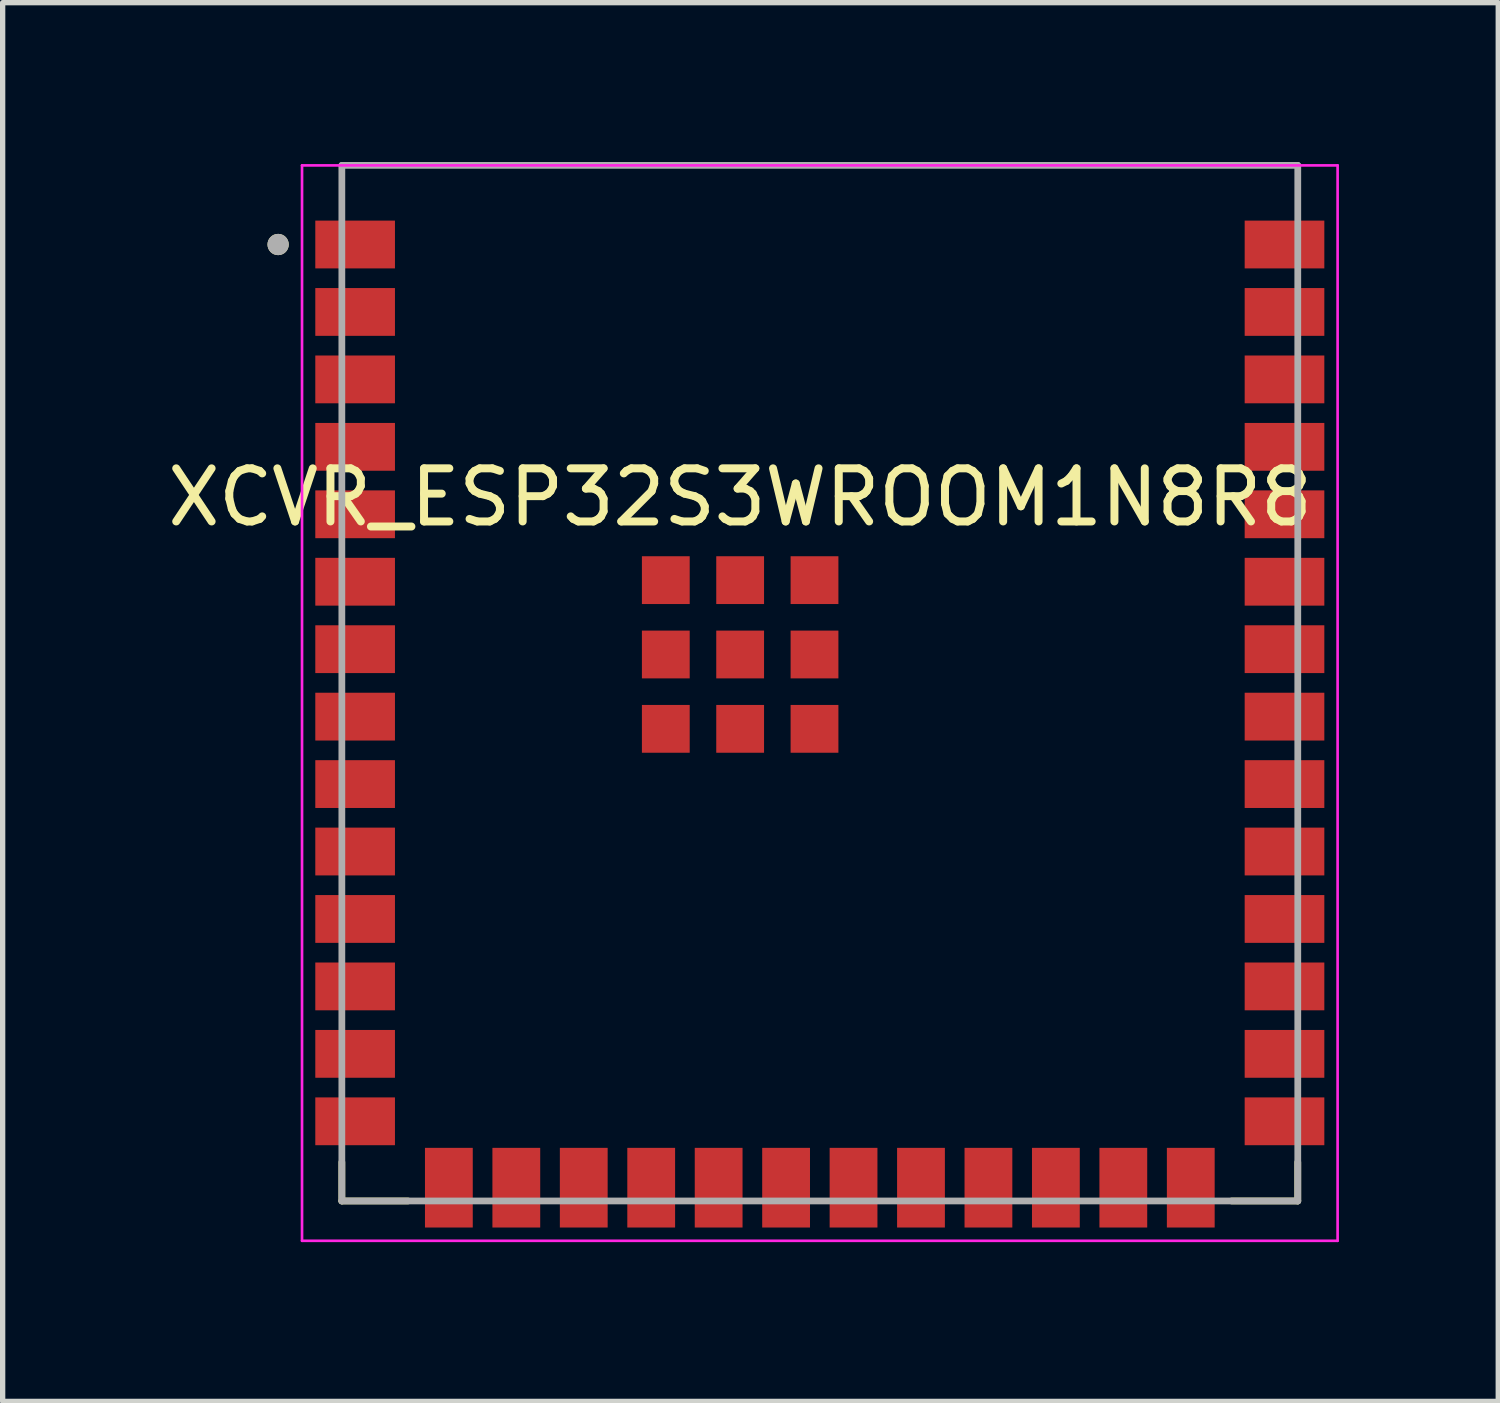
<source format=kicad_pcb>
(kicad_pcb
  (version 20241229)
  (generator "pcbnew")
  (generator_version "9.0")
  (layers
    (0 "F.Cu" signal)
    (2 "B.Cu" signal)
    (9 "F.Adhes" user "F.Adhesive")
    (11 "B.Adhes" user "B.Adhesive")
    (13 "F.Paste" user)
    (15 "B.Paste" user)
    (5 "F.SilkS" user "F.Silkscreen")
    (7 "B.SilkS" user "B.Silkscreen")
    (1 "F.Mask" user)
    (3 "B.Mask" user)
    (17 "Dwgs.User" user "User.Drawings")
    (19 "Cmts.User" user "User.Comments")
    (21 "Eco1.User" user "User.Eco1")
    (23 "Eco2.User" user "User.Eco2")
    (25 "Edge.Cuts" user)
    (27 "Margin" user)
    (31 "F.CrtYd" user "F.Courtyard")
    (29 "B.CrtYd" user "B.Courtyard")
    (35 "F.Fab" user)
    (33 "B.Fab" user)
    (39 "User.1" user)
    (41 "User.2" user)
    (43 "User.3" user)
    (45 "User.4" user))
  (footprint "XCVR_ESP32S3WROOM1N8R8"
    (layer "F.Cu")
    (at 12.387 6.814)
    (property "Reference" "XCVR_ESP32S3WROOM1N8R8" (at -1.5 -0.5 0) (layer "F.SilkS") (effects (font (size 1 1) (thickness 0.15))))
    (attr smd)
    (fp_line (start -9 12.02) (end -9 12.75) (stroke (width 0.127) (type solid)) (layer "F.SilkS"))
    (fp_line (start -9 12.75) (end -7.755 12.75) (stroke (width 0.127) (type solid)) (layer "F.SilkS"))
    (fp_line (start 9 12.02) (end 9 12.75) (stroke (width 0.127) (type solid)) (layer "F.SilkS"))
    (fp_line (start 9 12.75) (end 7.755 12.75) (stroke (width 0.127) (type solid)) (layer "F.SilkS"))
    (fp_circle (center -10.2 -5.26) (end -10.1 -5.26) (stroke (width 0.2) (type solid)) (fill no) (layer "F.SilkS"))
    (fp_line (start -9.75 -6.75) (end 9.75 -6.75) (stroke (width 0.05) (type solid)) (layer "F.CrtYd"))
    (fp_line (start -9.75 13.5) (end -9.75 -6.75) (stroke (width 0.05) (type solid)) (layer "F.CrtYd"))
    (fp_line (start -9.75 13.5) (end 9.75 13.5) (stroke (width 0.05) (type solid)) (layer "F.CrtYd"))
    (fp_line (start 9.75 -6.75) (end 9.75 13.5) (stroke (width 0.05) (type solid)) (layer "F.CrtYd"))
    (fp_line (start -9 -6.75) (end 9 -6.75) (stroke (width 0.127) (type solid)) (layer "F.Fab"))
    (fp_line (start -9 12.75) (end -9 -6.75) (stroke (width 0.127) (type solid)) (layer "F.Fab"))
    (fp_line (start 9 -6.75) (end 9 12.75) (stroke (width 0.127) (type solid)) (layer "F.Fab"))
    (fp_line (start 9 12.75) (end -9 12.75) (stroke (width 0.127) (type solid)) (layer "F.Fab"))
    (fp_circle (center -10.2 -5.26) (end -10.1 -5.26) (stroke (width 0.2) (type solid)) (fill no) (layer "F.Fab"))
    (pad "1" smd rect (at -8.75 -5.26) (size 1.5 0.9) (layers "F.Cu" "F.Mask" "F.Paste"))
    (pad "2" smd rect (at -8.75 -3.99) (size 1.5 0.9) (layers "F.Cu" "F.Mask" "F.Paste"))
    (pad "3" smd rect (at -8.75 -2.72) (size 1.5 0.9) (layers "F.Cu" "F.Mask" "F.Paste"))
    (pad "4" smd rect (at -8.75 -1.45) (size 1.5 0.9) (layers "F.Cu" "F.Mask" "F.Paste"))
    (pad "5" smd rect (at -8.75 -0.18) (size 1.5 0.9) (layers "F.Cu" "F.Mask" "F.Paste"))
    (pad "6" smd rect (at -8.75 1.09) (size 1.5 0.9) (layers "F.Cu" "F.Mask" "F.Paste"))
    (pad "7" smd rect (at -8.75 2.36) (size 1.5 0.9) (layers "F.Cu" "F.Mask" "F.Paste"))
    (pad "8" smd rect (at -8.75 3.63) (size 1.5 0.9) (layers "F.Cu" "F.Mask" "F.Paste"))
    (pad "9" smd rect (at -8.75 4.9) (size 1.5 0.9) (layers "F.Cu" "F.Mask" "F.Paste"))
    (pad "10" smd rect (at -8.75 6.17) (size 1.5 0.9) (layers "F.Cu" "F.Mask" "F.Paste"))
    (pad "11" smd rect (at -8.75 7.44) (size 1.5 0.9) (layers "F.Cu" "F.Mask" "F.Paste"))
    (pad "12" smd rect (at -8.75 8.71) (size 1.5 0.9) (layers "F.Cu" "F.Mask" "F.Paste"))
    (pad "13" smd rect (at -8.75 9.98) (size 1.5 0.9) (layers "F.Cu" "F.Mask" "F.Paste"))
    (pad "14" smd rect (at -8.75 11.25) (size 1.5 0.9) (layers "F.Cu" "F.Mask" "F.Paste"))
    (pad "15" smd rect (at -6.985 12.5) (size 0.9 1.5) (layers "F.Cu" "F.Mask" "F.Paste"))
    (pad "16" smd rect (at -5.715 12.5) (size 0.9 1.5) (layers "F.Cu" "F.Mask" "F.Paste"))
    (pad "17" smd rect (at -4.445 12.5) (size 0.9 1.5) (layers "F.Cu" "F.Mask" "F.Paste"))
    (pad "18" smd rect (at -3.175 12.5) (size 0.9 1.5) (layers "F.Cu" "F.Mask" "F.Paste"))
    (pad "19" smd rect (at -1.905 12.5) (size 0.9 1.5) (layers "F.Cu" "F.Mask" "F.Paste"))
    (pad "20" smd rect (at -0.635 12.5) (size 0.9 1.5) (layers "F.Cu" "F.Mask" "F.Paste"))
    (pad "21" smd rect (at 0.635 12.5) (size 0.9 1.5) (layers "F.Cu" "F.Mask" "F.Paste"))
    (pad "22" smd rect (at 1.905 12.5) (size 0.9 1.5) (layers "F.Cu" "F.Mask" "F.Paste"))
    (pad "23" smd rect (at 3.175 12.5) (size 0.9 1.5) (layers "F.Cu" "F.Mask" "F.Paste"))
    (pad "24" smd rect (at 4.445 12.5) (size 0.9 1.5) (layers "F.Cu" "F.Mask" "F.Paste"))
    (pad "25" smd rect (at 5.715 12.5) (size 0.9 1.5) (layers "F.Cu" "F.Mask" "F.Paste"))
    (pad "26" smd rect (at 6.985 12.5) (size 0.9 1.5) (layers "F.Cu" "F.Mask" "F.Paste"))
    (pad "27" smd rect (at 8.75 11.25) (size 1.5 0.9) (layers "F.Cu" "F.Mask" "F.Paste"))
    (pad "28" smd rect (at 8.75 9.98) (size 1.5 0.9) (layers "F.Cu" "F.Mask" "F.Paste"))
    (pad "29" smd rect (at 8.75 8.71) (size 1.5 0.9) (layers "F.Cu" "F.Mask" "F.Paste"))
    (pad "30" smd rect (at 8.75 7.44) (size 1.5 0.9) (layers "F.Cu" "F.Mask" "F.Paste"))
    (pad "31" smd rect (at 8.75 6.17) (size 1.5 0.9) (layers "F.Cu" "F.Mask" "F.Paste"))
    (pad "32" smd rect (at 8.75 4.9) (size 1.5 0.9) (layers "F.Cu" "F.Mask" "F.Paste"))
    (pad "33" smd rect (at 8.75 3.63) (size 1.5 0.9) (layers "F.Cu" "F.Mask" "F.Paste"))
    (pad "34" smd rect (at 8.75 2.36) (size 1.5 0.9) (layers "F.Cu" "F.Mask" "F.Paste"))
    (pad "35" smd rect (at 8.75 1.09) (size 1.5 0.9) (layers "F.Cu" "F.Mask" "F.Paste"))
    (pad "36" smd rect (at 8.75 -0.18) (size 1.5 0.9) (layers "F.Cu" "F.Mask" "F.Paste"))
    (pad "37" smd rect (at 8.75 -1.45) (size 1.5 0.9) (layers "F.Cu" "F.Mask" "F.Paste"))
    (pad "38" smd rect (at 8.75 -2.72) (size 1.5 0.9) (layers "F.Cu" "F.Mask" "F.Paste"))
    (pad "39" smd rect (at 8.75 -3.99) (size 1.5 0.9) (layers "F.Cu" "F.Mask" "F.Paste"))
    (pad "40" smd rect (at 8.75 -5.26) (size 1.5 0.9) (layers "F.Cu" "F.Mask" "F.Paste"))
    (pad "41_1" smd rect (at -1.5 2.46) (size 0.9 0.9) (layers "F.Cu" "F.Mask" "F.Paste"))
    (pad "41_2" smd rect (at -2.9 2.46) (size 0.9 0.9) (layers "F.Cu" "F.Mask" "F.Paste"))
    (pad "41_3" smd rect (at -0.1 2.46) (size 0.9 0.9) (layers "F.Cu" "F.Mask" "F.Paste"))
    (pad "41_4" smd rect (at -2.9 3.86) (size 0.9 0.9) (layers "F.Cu" "F.Mask" "F.Paste"))
    (pad "41_5" smd rect (at -1.5 3.86) (size 0.9 0.9) (layers "F.Cu" "F.Mask" "F.Paste"))
    (pad "41_6" smd rect (at -0.1 3.86) (size 0.9 0.9) (layers "F.Cu" "F.Mask" "F.Paste"))
    (pad "41_7" smd rect (at -2.9 1.06) (size 0.9 0.9) (layers "F.Cu" "F.Mask" "F.Paste"))
    (pad "41_8" smd rect (at -1.5 1.06) (size 0.9 0.9) (layers "F.Cu" "F.Mask" "F.Paste"))
    (pad "41_9" smd rect (at -0.1 1.06) (size 0.9 0.9) (layers "F.Cu" "F.Mask" "F.Paste")))
  (gr_rect
    (start -3 -3)
    (end 25.162 23.338)
    (stroke (width 0.1) (type default))
    (fill no)
    (layer "Edge.Cuts")))
</source>
